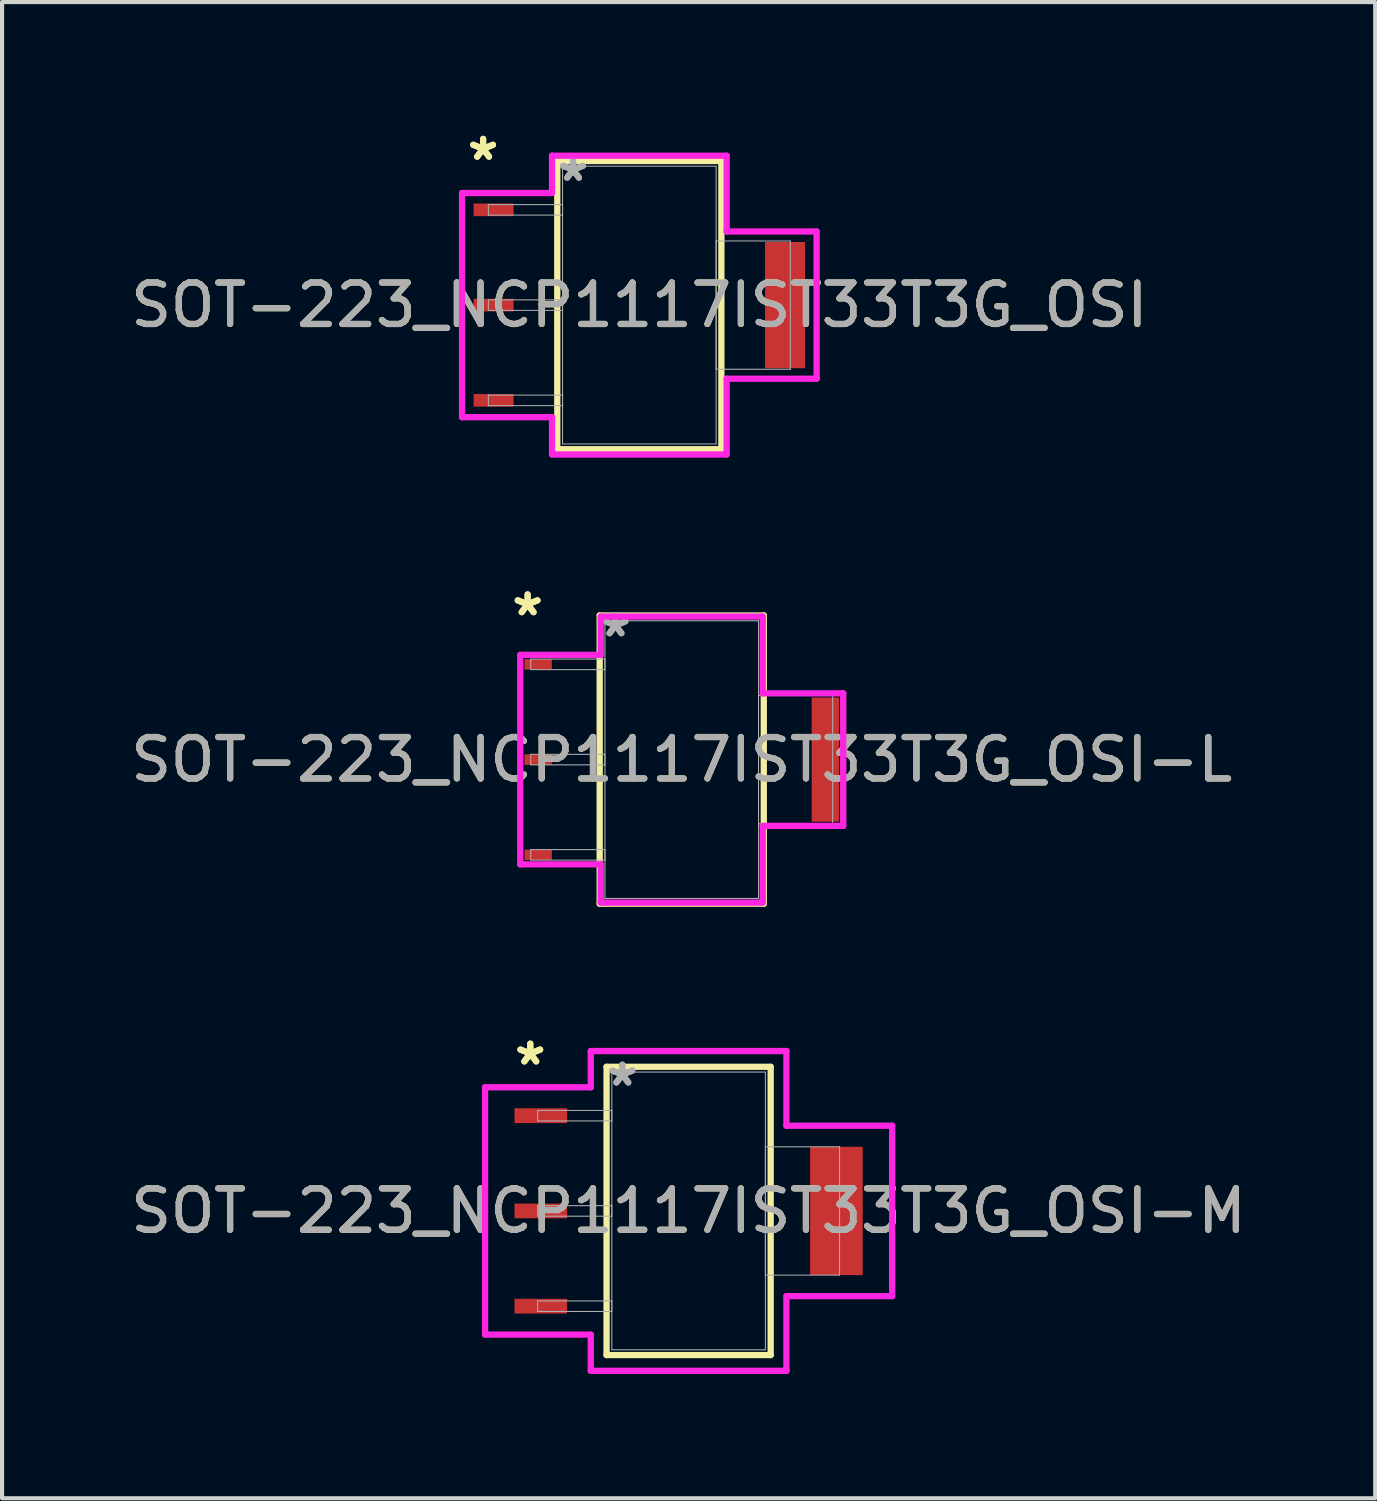
<source format=kicad_pcb>
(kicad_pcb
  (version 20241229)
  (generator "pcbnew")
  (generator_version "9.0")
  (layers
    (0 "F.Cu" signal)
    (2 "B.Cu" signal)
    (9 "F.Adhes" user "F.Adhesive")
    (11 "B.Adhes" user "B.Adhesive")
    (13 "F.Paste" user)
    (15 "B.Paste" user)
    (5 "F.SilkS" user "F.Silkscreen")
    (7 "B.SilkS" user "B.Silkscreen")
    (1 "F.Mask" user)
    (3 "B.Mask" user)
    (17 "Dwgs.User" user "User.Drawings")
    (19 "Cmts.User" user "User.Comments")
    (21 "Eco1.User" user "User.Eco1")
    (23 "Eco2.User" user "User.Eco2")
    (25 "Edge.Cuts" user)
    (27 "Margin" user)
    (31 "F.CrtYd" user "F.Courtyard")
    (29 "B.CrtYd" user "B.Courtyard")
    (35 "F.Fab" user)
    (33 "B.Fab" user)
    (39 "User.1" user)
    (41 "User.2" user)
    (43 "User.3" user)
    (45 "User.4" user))
  (footprint "SOT-223_NCP1117IST33T3G_OSI-L"
    (layer "F.Cu")
    (at 13.411 15.291)
    (property "Reference" "SOT-223_NCP1117IST33T3G_OSI-L" (at 0 0 0) (unlocked yes) (layer "F.SilkS") (effects (font (size 1 1) (thickness 0.15))))
    (attr smd)
    (fp_line (start -1.981 -3.48) (end -1.981 3.48) (stroke (width 0.152) (type solid)) (layer "F.SilkS"))
    (fp_line (start -1.981 3.48) (end 1.981 3.48) (stroke (width 0.152) (type solid)) (layer "F.SilkS"))
    (fp_line (start 1.981 -3.48) (end -1.981 -3.48) (stroke (width 0.152) (type solid)) (layer "F.SilkS"))
    (fp_line (start 1.981 3.48) (end 1.981 -3.48) (stroke (width 0.152) (type solid)) (layer "F.SilkS"))
    (fp_line (start -3.899 -2.529) (end -1.956 -2.529) (stroke (width 0.152) (type solid)) (layer "F.CrtYd"))
    (fp_line (start -3.899 2.529) (end -3.899 -2.529) (stroke (width 0.152) (type solid)) (layer "F.CrtYd"))
    (fp_line (start -1.956 -3.454) (end 1.956 -3.454) (stroke (width 0.152) (type solid)) (layer "F.CrtYd"))
    (fp_line (start -1.956 -2.529) (end -1.956 -3.454) (stroke (width 0.152) (type solid)) (layer "F.CrtYd"))
    (fp_line (start -1.956 2.529) (end -3.899 2.529) (stroke (width 0.152) (type solid)) (layer "F.CrtYd"))
    (fp_line (start -1.956 3.454) (end -1.956 2.529) (stroke (width 0.152) (type solid)) (layer "F.CrtYd"))
    (fp_line (start 1.956 -3.454) (end 1.956 -1.6) (stroke (width 0.152) (type solid)) (layer "F.CrtYd"))
    (fp_line (start 1.956 -1.6) (end 3.899 -1.6) (stroke (width 0.152) (type solid)) (layer "F.CrtYd"))
    (fp_line (start 1.956 1.6) (end 1.956 3.454) (stroke (width 0.152) (type solid)) (layer "F.CrtYd"))
    (fp_line (start 1.956 3.454) (end -1.956 3.454) (stroke (width 0.152) (type solid)) (layer "F.CrtYd"))
    (fp_line (start 3.899 -1.6) (end 3.899 1.6) (stroke (width 0.152) (type solid)) (layer "F.CrtYd"))
    (fp_line (start 3.899 1.6) (end 1.956 1.6) (stroke (width 0.152) (type solid)) (layer "F.CrtYd"))
    (fp_line (start -3.645 -2.427) (end -3.645 -2.173) (stroke (width 0.025) (type solid)) (layer "F.Fab"))
    (fp_line (start -3.645 -2.173) (end -1.854 -2.173) (stroke (width 0.025) (type solid)) (layer "F.Fab"))
    (fp_line (start -3.645 -0.127) (end -3.645 0.127) (stroke (width 0.025) (type solid)) (layer "F.Fab"))
    (fp_line (start -3.645 0.127) (end -1.854 0.127) (stroke (width 0.025) (type solid)) (layer "F.Fab"))
    (fp_line (start -3.645 2.173) (end -3.645 2.427) (stroke (width 0.025) (type solid)) (layer "F.Fab"))
    (fp_line (start -3.645 2.427) (end -1.854 2.427) (stroke (width 0.025) (type solid)) (layer "F.Fab"))
    (fp_line (start -1.854 -3.353) (end -1.854 3.353) (stroke (width 0.025) (type solid)) (layer "F.Fab"))
    (fp_line (start -1.854 -2.427) (end -3.645 -2.427) (stroke (width 0.025) (type solid)) (layer "F.Fab"))
    (fp_line (start -1.854 -2.173) (end -1.854 -2.427) (stroke (width 0.025) (type solid)) (layer "F.Fab"))
    (fp_line (start -1.854 -0.127) (end -3.645 -0.127) (stroke (width 0.025) (type solid)) (layer "F.Fab"))
    (fp_line (start -1.854 0.127) (end -1.854 -0.127) (stroke (width 0.025) (type solid)) (layer "F.Fab"))
    (fp_line (start -1.854 2.173) (end -3.645 2.173) (stroke (width 0.025) (type solid)) (layer "F.Fab"))
    (fp_line (start -1.854 2.427) (end -1.854 2.173) (stroke (width 0.025) (type solid)) (layer "F.Fab"))
    (fp_line (start -1.854 3.353) (end 1.854 3.353) (stroke (width 0.025) (type solid)) (layer "F.Fab"))
    (fp_line (start 1.854 -3.353) (end -1.854 -3.353) (stroke (width 0.025) (type solid)) (layer "F.Fab"))
    (fp_line (start 1.854 -1.549) (end 1.854 1.549) (stroke (width 0.025) (type solid)) (layer "F.Fab"))
    (fp_line (start 1.854 1.549) (end 3.645 1.549) (stroke (width 0.025) (type solid)) (layer "F.Fab"))
    (fp_line (start 1.854 3.353) (end 1.854 -3.353) (stroke (width 0.025) (type solid)) (layer "F.Fab"))
    (fp_line (start 3.645 -1.549) (end 1.854 -1.549) (stroke (width 0.025) (type solid)) (layer "F.Fab"))
    (fp_line (start 3.645 1.549) (end 3.645 -1.549) (stroke (width 0.025) (type solid)) (layer "F.Fab"))
    (fp_text user "*" (at -3.721 -3.443 0) (layer "F.SilkS") (effects (font (size 1 1) (thickness 0.15))))
    (fp_text user "*" (at -3.721 -3.443 0) (unlocked yes) (layer "F.SilkS") (effects (font (size 1 1) (thickness 0.15))))
    (fp_text user "*" (at -1.6 -2.935 0) (unlocked yes) (layer "F.Fab") (effects (font (size 1 1) (thickness 0.15))))
    (fp_text user "${REFERENCE}" (at 0 0 0) (unlocked yes) (layer "F.Fab") (effects (font (size 1 1) (thickness 0.15))))
    (fp_text user "*" (at -1.6 -2.935 0) (layer "F.Fab") (effects (font (size 1 1) (thickness 0.15))))
    (pad "1" smd rect (at -3.467 -2.3) (size 0.66 0.254) (layers "F.Cu" "F.Mask" "F.Paste"))
    (pad "2" smd rect (at -3.467 0) (size 0.66 0.254) (layers "F.Cu" "F.Mask" "F.Paste"))
    (pad "3" smd rect (at -3.467 2.3) (size 0.66 0.254) (layers "F.Cu" "F.Mask" "F.Paste"))
    (pad "4" smd rect (at 3.467 0) (size 0.66 2.997) (layers "F.Cu" "F.Mask" "F.Paste")))
  (footprint "SOT-223_NCP1117IST33T3G_OSI-M"
    (layer "F.Cu")
    (at 13.577 26.189)
    (property "Reference" "SOT-223_NCP1117IST33T3G_OSI-M" (at 0 0 0) (unlocked yes) (layer "F.SilkS") (effects (font (size 1 1) (thickness 0.15))))
    (attr smd)
    (fp_line (start -1.981 -3.48) (end -1.981 3.48) (stroke (width 0.152) (type solid)) (layer "F.SilkS"))
    (fp_line (start -1.981 3.48) (end 1.981 3.48) (stroke (width 0.152) (type solid)) (layer "F.SilkS"))
    (fp_line (start 1.981 -3.48) (end -1.981 -3.48) (stroke (width 0.152) (type solid)) (layer "F.SilkS"))
    (fp_line (start 1.981 3.48) (end 1.981 -3.48) (stroke (width 0.152) (type solid)) (layer "F.SilkS"))
    (fp_line (start -4.915 -2.986) (end -2.362 -2.986) (stroke (width 0.152) (type solid)) (layer "F.CrtYd"))
    (fp_line (start -4.915 2.986) (end -4.915 -2.986) (stroke (width 0.152) (type solid)) (layer "F.CrtYd"))
    (fp_line (start -2.362 -3.861) (end 2.362 -3.861) (stroke (width 0.152) (type solid)) (layer "F.CrtYd"))
    (fp_line (start -2.362 -2.986) (end -2.362 -3.861) (stroke (width 0.152) (type solid)) (layer "F.CrtYd"))
    (fp_line (start -2.362 2.986) (end -4.915 2.986) (stroke (width 0.152) (type solid)) (layer "F.CrtYd"))
    (fp_line (start -2.362 3.861) (end -2.362 2.986) (stroke (width 0.152) (type solid)) (layer "F.CrtYd"))
    (fp_line (start 2.362 -3.861) (end 2.362 -2.057) (stroke (width 0.152) (type solid)) (layer "F.CrtYd"))
    (fp_line (start 2.362 -2.057) (end 4.915 -2.057) (stroke (width 0.152) (type solid)) (layer "F.CrtYd"))
    (fp_line (start 2.362 2.057) (end 2.362 3.861) (stroke (width 0.152) (type solid)) (layer "F.CrtYd"))
    (fp_line (start 2.362 3.861) (end -2.362 3.861) (stroke (width 0.152) (type solid)) (layer "F.CrtYd"))
    (fp_line (start 4.915 -2.057) (end 4.915 2.057) (stroke (width 0.152) (type solid)) (layer "F.CrtYd"))
    (fp_line (start 4.915 2.057) (end 2.362 2.057) (stroke (width 0.152) (type solid)) (layer "F.CrtYd"))
    (fp_line (start -3.645 -2.427) (end -3.645 -2.173) (stroke (width 0.025) (type solid)) (layer "F.Fab"))
    (fp_line (start -3.645 -2.173) (end -1.854 -2.173) (stroke (width 0.025) (type solid)) (layer "F.Fab"))
    (fp_line (start -3.645 -0.127) (end -3.645 0.127) (stroke (width 0.025) (type solid)) (layer "F.Fab"))
    (fp_line (start -3.645 0.127) (end -1.854 0.127) (stroke (width 0.025) (type solid)) (layer "F.Fab"))
    (fp_line (start -3.645 2.173) (end -3.645 2.427) (stroke (width 0.025) (type solid)) (layer "F.Fab"))
    (fp_line (start -3.645 2.427) (end -1.854 2.427) (stroke (width 0.025) (type solid)) (layer "F.Fab"))
    (fp_line (start -1.854 -3.353) (end -1.854 3.353) (stroke (width 0.025) (type solid)) (layer "F.Fab"))
    (fp_line (start -1.854 -2.427) (end -3.645 -2.427) (stroke (width 0.025) (type solid)) (layer "F.Fab"))
    (fp_line (start -1.854 -2.173) (end -1.854 -2.427) (stroke (width 0.025) (type solid)) (layer "F.Fab"))
    (fp_line (start -1.854 -0.127) (end -3.645 -0.127) (stroke (width 0.025) (type solid)) (layer "F.Fab"))
    (fp_line (start -1.854 0.127) (end -1.854 -0.127) (stroke (width 0.025) (type solid)) (layer "F.Fab"))
    (fp_line (start -1.854 2.173) (end -3.645 2.173) (stroke (width 0.025) (type solid)) (layer "F.Fab"))
    (fp_line (start -1.854 2.427) (end -1.854 2.173) (stroke (width 0.025) (type solid)) (layer "F.Fab"))
    (fp_line (start -1.854 3.353) (end 1.854 3.353) (stroke (width 0.025) (type solid)) (layer "F.Fab"))
    (fp_line (start 1.854 -3.353) (end -1.854 -3.353) (stroke (width 0.025) (type solid)) (layer "F.Fab"))
    (fp_line (start 1.854 -1.549) (end 1.854 1.549) (stroke (width 0.025) (type solid)) (layer "F.Fab"))
    (fp_line (start 1.854 1.549) (end 3.645 1.549) (stroke (width 0.025) (type solid)) (layer "F.Fab"))
    (fp_line (start 1.854 3.353) (end 1.854 -3.353) (stroke (width 0.025) (type solid)) (layer "F.Fab"))
    (fp_line (start 3.645 -1.549) (end 1.854 -1.549) (stroke (width 0.025) (type solid)) (layer "F.Fab"))
    (fp_line (start 3.645 1.549) (end 3.645 -1.549) (stroke (width 0.025) (type solid)) (layer "F.Fab"))
    (fp_text user "*" (at -3.823 -3.494 0) (unlocked yes) (layer "F.SilkS") (effects (font (size 1 1) (thickness 0.15))))
    (fp_text user "*" (at -3.823 -3.494 0) (layer "F.SilkS") (effects (font (size 1 1) (thickness 0.15))))
    (fp_text user "*" (at -1.6 -2.986 0) (unlocked yes) (layer "F.Fab") (effects (font (size 1 1) (thickness 0.15))))
    (fp_text user "*" (at -1.6 -2.986 0) (layer "F.Fab") (effects (font (size 1 1) (thickness 0.15))))
    (fp_text user "${REFERENCE}" (at 0 0 0) (unlocked yes) (layer "F.Fab") (effects (font (size 1 1) (thickness 0.15))))
    (pad "1" smd rect (at -3.569 -2.3) (size 1.27 0.356) (layers "F.Cu" "F.Mask" "F.Paste"))
    (pad "2" smd rect (at -3.569 0) (size 1.27 0.356) (layers "F.Cu" "F.Mask" "F.Paste"))
    (pad "3" smd rect (at -3.569 2.3) (size 1.27 0.356) (layers "F.Cu" "F.Mask" "F.Paste"))
    (pad "4" smd rect (at 3.569 0) (size 1.27 3.099) (layers "F.Cu" "F.Mask" "F.Paste")))
  (footprint "SOT-223_NCP1117IST33T3G_OSI"
    (layer "F.Cu")
    (at 12.387 4.317)
    (property "Reference" "SOT-223_NCP1117IST33T3G_OSI" (at 0 0 0) (unlocked yes) (layer "F.SilkS") (effects (font (size 1 1) (thickness 0.15))))
    (attr smd)
    (fp_line (start -1.981 -3.48) (end -1.981 3.48) (stroke (width 0.152) (type solid)) (layer "F.SilkS"))
    (fp_line (start -1.981 3.48) (end 1.981 3.48) (stroke (width 0.152) (type solid)) (layer "F.SilkS"))
    (fp_line (start 1.981 -3.48) (end -1.981 -3.48) (stroke (width 0.152) (type solid)) (layer "F.SilkS"))
    (fp_line (start 1.981 3.48) (end 1.981 -3.48) (stroke (width 0.152) (type solid)) (layer "F.SilkS"))
    (fp_line (start -4.28 -2.706) (end -2.108 -2.706) (stroke (width 0.152) (type solid)) (layer "F.CrtYd"))
    (fp_line (start -4.28 2.706) (end -4.28 -2.706) (stroke (width 0.152) (type solid)) (layer "F.CrtYd"))
    (fp_line (start -2.108 -3.607) (end 2.108 -3.607) (stroke (width 0.152) (type solid)) (layer "F.CrtYd"))
    (fp_line (start -2.108 -2.706) (end -2.108 -3.607) (stroke (width 0.152) (type solid)) (layer "F.CrtYd"))
    (fp_line (start -2.108 2.706) (end -4.28 2.706) (stroke (width 0.152) (type solid)) (layer "F.CrtYd"))
    (fp_line (start -2.108 3.607) (end -2.108 2.706) (stroke (width 0.152) (type solid)) (layer "F.CrtYd"))
    (fp_line (start 2.108 -3.607) (end 2.108 -1.778) (stroke (width 0.152) (type solid)) (layer "F.CrtYd"))
    (fp_line (start 2.108 -1.778) (end 4.28 -1.778) (stroke (width 0.152) (type solid)) (layer "F.CrtYd"))
    (fp_line (start 2.108 1.778) (end 2.108 3.607) (stroke (width 0.152) (type solid)) (layer "F.CrtYd"))
    (fp_line (start 2.108 3.607) (end -2.108 3.607) (stroke (width 0.152) (type solid)) (layer "F.CrtYd"))
    (fp_line (start 4.28 -1.778) (end 4.28 1.778) (stroke (width 0.152) (type solid)) (layer "F.CrtYd"))
    (fp_line (start 4.28 1.778) (end 2.108 1.778) (stroke (width 0.152) (type solid)) (layer "F.CrtYd"))
    (fp_line (start -3.645 -2.427) (end -3.645 -2.173) (stroke (width 0.025) (type solid)) (layer "F.Fab"))
    (fp_line (start -3.645 -2.173) (end -1.854 -2.173) (stroke (width 0.025) (type solid)) (layer "F.Fab"))
    (fp_line (start -3.645 -0.127) (end -3.645 0.127) (stroke (width 0.025) (type solid)) (layer "F.Fab"))
    (fp_line (start -3.645 0.127) (end -1.854 0.127) (stroke (width 0.025) (type solid)) (layer "F.Fab"))
    (fp_line (start -3.645 2.173) (end -3.645 2.427) (stroke (width 0.025) (type solid)) (layer "F.Fab"))
    (fp_line (start -3.645 2.427) (end -1.854 2.427) (stroke (width 0.025) (type solid)) (layer "F.Fab"))
    (fp_line (start -1.854 -3.353) (end -1.854 3.353) (stroke (width 0.025) (type solid)) (layer "F.Fab"))
    (fp_line (start -1.854 -2.427) (end -3.645 -2.427) (stroke (width 0.025) (type solid)) (layer "F.Fab"))
    (fp_line (start -1.854 -2.173) (end -1.854 -2.427) (stroke (width 0.025) (type solid)) (layer "F.Fab"))
    (fp_line (start -1.854 -0.127) (end -3.645 -0.127) (stroke (width 0.025) (type solid)) (layer "F.Fab"))
    (fp_line (start -1.854 0.127) (end -1.854 -0.127) (stroke (width 0.025) (type solid)) (layer "F.Fab"))
    (fp_line (start -1.854 2.173) (end -3.645 2.173) (stroke (width 0.025) (type solid)) (layer "F.Fab"))
    (fp_line (start -1.854 2.427) (end -1.854 2.173) (stroke (width 0.025) (type solid)) (layer "F.Fab"))
    (fp_line (start -1.854 3.353) (end 1.854 3.353) (stroke (width 0.025) (type solid)) (layer "F.Fab"))
    (fp_line (start 1.854 -3.353) (end -1.854 -3.353) (stroke (width 0.025) (type solid)) (layer "F.Fab"))
    (fp_line (start 1.854 -1.549) (end 1.854 1.549) (stroke (width 0.025) (type solid)) (layer "F.Fab"))
    (fp_line (start 1.854 1.549) (end 3.645 1.549) (stroke (width 0.025) (type solid)) (layer "F.Fab"))
    (fp_line (start 1.854 3.353) (end 1.854 -3.353) (stroke (width 0.025) (type solid)) (layer "F.Fab"))
    (fp_line (start 3.645 -1.549) (end 1.854 -1.549) (stroke (width 0.025) (type solid)) (layer "F.Fab"))
    (fp_line (start 3.645 1.549) (end 3.645 -1.549) (stroke (width 0.025) (type solid)) (layer "F.Fab"))
    (fp_text user "*" (at -3.772 -3.468 0) (layer "F.SilkS") (effects (font (size 1 1) (thickness 0.15))))
    (fp_text user "*" (at -3.772 -3.468 0) (unlocked yes) (layer "F.SilkS") (effects (font (size 1 1) (thickness 0.15))))
    (fp_text user "*" (at -1.6 -2.96 0) (unlocked yes) (layer "F.Fab") (effects (font (size 1 1) (thickness 0.15))))
    (fp_text user "${REFERENCE}" (at 0 0 0) (unlocked yes) (layer "F.Fab") (effects (font (size 1 1) (thickness 0.15))))
    (fp_text user "*" (at -1.6 -2.96 0) (layer "F.Fab") (effects (font (size 1 1) (thickness 0.15))))
    (pad "1" smd rect (at -3.518 -2.3) (size 0.965 0.305) (layers "F.Cu" "F.Mask" "F.Paste"))
    (pad "2" smd rect (at -3.518 0) (size 0.965 0.305) (layers "F.Cu" "F.Mask" "F.Paste"))
    (pad "3" smd rect (at -3.518 2.3) (size 0.965 0.305) (layers "F.Cu" "F.Mask" "F.Paste"))
    (pad "4" smd rect (at 3.518 0) (size 0.965 3.048) (layers "F.Cu" "F.Mask" "F.Paste")))
  (gr_rect
    (start -3 -3)
    (end 30.155 33.126)
    (stroke (width 0.1) (type default))
    (fill no)
    (layer "Edge.Cuts")))
</source>
